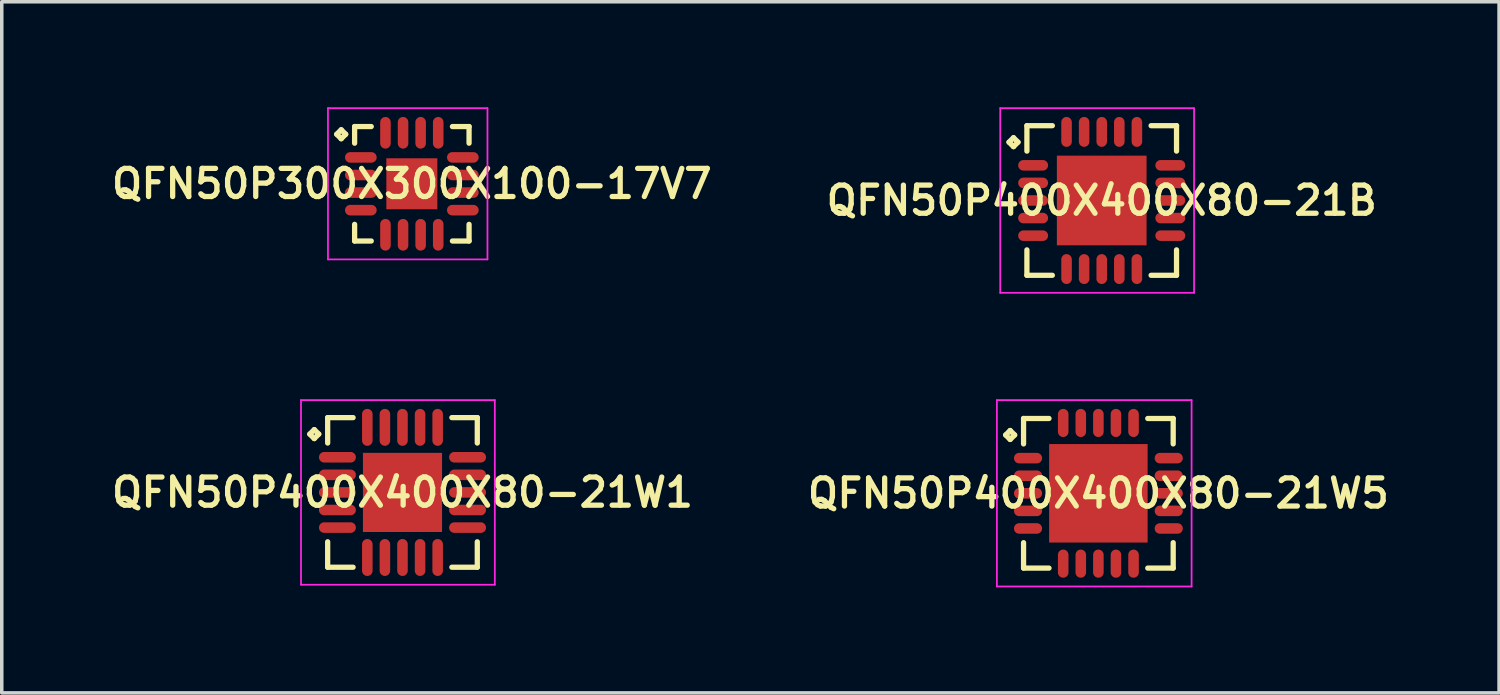
<source format=kicad_pcb>
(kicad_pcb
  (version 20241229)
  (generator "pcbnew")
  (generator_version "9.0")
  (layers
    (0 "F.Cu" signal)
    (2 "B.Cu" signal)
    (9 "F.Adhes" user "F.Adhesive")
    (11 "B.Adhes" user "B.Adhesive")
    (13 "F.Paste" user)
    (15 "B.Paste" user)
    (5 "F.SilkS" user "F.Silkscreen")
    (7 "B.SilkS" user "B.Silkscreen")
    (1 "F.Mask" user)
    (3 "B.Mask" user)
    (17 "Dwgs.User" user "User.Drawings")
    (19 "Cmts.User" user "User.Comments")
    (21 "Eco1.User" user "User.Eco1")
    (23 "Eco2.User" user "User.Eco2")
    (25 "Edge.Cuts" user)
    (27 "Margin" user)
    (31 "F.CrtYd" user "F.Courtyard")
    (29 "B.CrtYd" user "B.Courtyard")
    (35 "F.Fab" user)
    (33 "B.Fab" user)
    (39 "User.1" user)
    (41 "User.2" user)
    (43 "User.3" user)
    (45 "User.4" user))
  (footprint "QFN50P400X400X80-21W1"
    (layer "F.Cu")
    (at 8.393 10.95)
    (property "Reference" "QFN50P400X400X80-21W1" (at 0 0 0) (layer "F.SilkS") (effects (font (size 0.8 0.8) (thickness 0.15))))
    (attr smd)
    (fp_line (start -2.635 -1.658) (end -2.508 -1.785) (stroke (width 0.15) (type solid)) (layer "F.SilkS"))
    (fp_line (start -2.508 -1.785) (end -2.381 -1.658) (stroke (width 0.15) (type solid)) (layer "F.SilkS"))
    (fp_line (start -2.508 -1.531) (end -2.635 -1.658) (stroke (width 0.15) (type solid)) (layer "F.SilkS"))
    (fp_line (start -2.381 -1.658) (end -2.508 -1.531) (stroke (width 0.15) (type solid)) (layer "F.SilkS"))
    (fp_line (start -2.127 -2.127) (end -1.404 -2.127) (stroke (width 0.15) (type solid)) (layer "F.SilkS"))
    (fp_line (start -2.127 -1.404) (end -2.127 -2.127) (stroke (width 0.15) (type solid)) (layer "F.SilkS"))
    (fp_line (start -2.127 1.404) (end -2.127 2.127) (stroke (width 0.15) (type solid)) (layer "F.SilkS"))
    (fp_line (start -2.127 2.127) (end -1.404 2.127) (stroke (width 0.15) (type solid)) (layer "F.SilkS"))
    (fp_line (start 1.404 -2.127) (end 2.127 -2.127) (stroke (width 0.15) (type solid)) (layer "F.SilkS"))
    (fp_line (start 1.404 2.127) (end 2.127 2.127) (stroke (width 0.15) (type solid)) (layer "F.SilkS"))
    (fp_line (start 2.127 -2.127) (end 2.127 -1.404) (stroke (width 0.15) (type solid)) (layer "F.SilkS"))
    (fp_line (start 2.127 2.127) (end 2.127 1.404) (stroke (width 0.15) (type solid)) (layer "F.SilkS"))
    (fp_line (start -2.885 -2.625) (end 2.625 -2.625) (stroke (width 0.05) (type solid)) (layer "F.CrtYd"))
    (fp_line (start -2.885 2.625) (end -2.885 -2.625) (stroke (width 0.05) (type solid)) (layer "F.CrtYd"))
    (fp_line (start 2.625 -2.625) (end 2.625 2.625) (stroke (width 0.05) (type solid)) (layer "F.CrtYd"))
    (fp_line (start 2.625 2.625) (end -2.885 2.625) (stroke (width 0.05) (type solid)) (layer "F.CrtYd"))
    (pad "1" smd oval (at -1.85 -1) (size 1.05 0.3) (layers "F.Cu" "F.Mask" "F.Paste"))
    (pad "2" smd oval (at -1.85 -0.5) (size 1.05 0.3) (layers "F.Cu" "F.Mask" "F.Paste"))
    (pad "3" smd oval (at -1.85 0) (size 1.05 0.3) (layers "F.Cu" "F.Mask" "F.Paste"))
    (pad "4" smd oval (at -1.85 0.5) (size 1.05 0.3) (layers "F.Cu" "F.Mask" "F.Paste"))
    (pad "5" smd oval (at -1.85 1) (size 1.05 0.3) (layers "F.Cu" "F.Mask" "F.Paste"))
    (pad "6" smd oval (at -1 1.85) (size 0.3 1.05) (layers "F.Cu" "F.Mask" "F.Paste"))
    (pad "7" smd oval (at -0.5 1.85) (size 0.3 1.05) (layers "F.Cu" "F.Mask" "F.Paste"))
    (pad "8" smd oval (at 0 1.85) (size 0.3 1.05) (layers "F.Cu" "F.Mask" "F.Paste"))
    (pad "9" smd oval (at 0.5 1.85) (size 0.3 1.05) (layers "F.Cu" "F.Mask" "F.Paste"))
    (pad "10" smd oval (at 1 1.85) (size 0.3 1.05) (layers "F.Cu" "F.Mask" "F.Paste"))
    (pad "11" smd oval (at 1.85 1) (size 1.05 0.3) (layers "F.Cu" "F.Mask" "F.Paste"))
    (pad "12" smd oval (at 1.85 0.5) (size 1.05 0.3) (layers "F.Cu" "F.Mask" "F.Paste"))
    (pad "13" smd oval (at 1.85 0) (size 1.05 0.3) (layers "F.Cu" "F.Mask" "F.Paste"))
    (pad "14" smd oval (at 1.85 -0.5) (size 1.05 0.3) (layers "F.Cu" "F.Mask" "F.Paste"))
    (pad "15" smd oval (at 1.85 -1) (size 1.05 0.3) (layers "F.Cu" "F.Mask" "F.Paste"))
    (pad "16" smd oval (at 1 -1.85) (size 0.3 1.05) (layers "F.Cu" "F.Mask" "F.Paste"))
    (pad "17" smd oval (at 0.5 -1.85) (size 0.3 1.05) (layers "F.Cu" "F.Mask" "F.Paste"))
    (pad "18" smd oval (at 0 -1.85) (size 0.3 1.05) (layers "F.Cu" "F.Mask" "F.Paste"))
    (pad "19" smd oval (at -0.5 -1.85) (size 0.3 1.05) (layers "F.Cu" "F.Mask" "F.Paste"))
    (pad "20" smd oval (at -1 -1.85) (size 0.3 1.05) (layers "F.Cu" "F.Mask" "F.Paste"))
    (pad "21" smd rect (at 0 0) (size 2.25 2.25) (layers "F.Cu" "F.Mask" "F.Paste")))
  (footprint "QFN50P400X400X80-21W5"
    (layer "F.Cu")
    (at 28.178 10.975)
    (property "Reference" "QFN50P400X400X80-21W5" (at 0 0 0) (layer "F.SilkS") (effects (font (size 0.8 0.8) (thickness 0.15))))
    (attr smd)
    (fp_line (start -2.635 -1.658) (end -2.508 -1.785) (stroke (width 0.15) (type solid)) (layer "F.SilkS"))
    (fp_line (start -2.508 -1.785) (end -2.381 -1.658) (stroke (width 0.15) (type solid)) (layer "F.SilkS"))
    (fp_line (start -2.508 -1.531) (end -2.635 -1.658) (stroke (width 0.15) (type solid)) (layer "F.SilkS"))
    (fp_line (start -2.381 -1.658) (end -2.508 -1.531) (stroke (width 0.15) (type solid)) (layer "F.SilkS"))
    (fp_line (start -2.127 -2.127) (end -1.404 -2.127) (stroke (width 0.15) (type solid)) (layer "F.SilkS"))
    (fp_line (start -2.127 -1.404) (end -2.127 -2.127) (stroke (width 0.15) (type solid)) (layer "F.SilkS"))
    (fp_line (start -2.127 1.404) (end -2.127 2.127) (stroke (width 0.15) (type solid)) (layer "F.SilkS"))
    (fp_line (start -2.127 2.127) (end -1.404 2.127) (stroke (width 0.15) (type solid)) (layer "F.SilkS"))
    (fp_line (start 1.404 -2.127) (end 2.127 -2.127) (stroke (width 0.15) (type solid)) (layer "F.SilkS"))
    (fp_line (start 1.404 2.127) (end 2.127 2.127) (stroke (width 0.15) (type solid)) (layer "F.SilkS"))
    (fp_line (start 2.127 -2.127) (end 2.127 -1.404) (stroke (width 0.15) (type solid)) (layer "F.SilkS"))
    (fp_line (start 2.127 2.127) (end 2.127 1.404) (stroke (width 0.15) (type solid)) (layer "F.SilkS"))
    (fp_line (start -2.885 -2.65) (end 2.65 -2.65) (stroke (width 0.05) (type solid)) (layer "F.CrtYd"))
    (fp_line (start -2.885 2.65) (end -2.885 -2.65) (stroke (width 0.05) (type solid)) (layer "F.CrtYd"))
    (fp_line (start 2.65 -2.65) (end 2.65 2.65) (stroke (width 0.05) (type solid)) (layer "F.CrtYd"))
    (fp_line (start 2.65 2.65) (end -2.885 2.65) (stroke (width 0.05) (type solid)) (layer "F.CrtYd"))
    (pad "1" smd oval (at -2 -1) (size 0.8 0.3) (layers "F.Cu" "F.Mask" "F.Paste"))
    (pad "2" smd oval (at -2 -0.5) (size 0.8 0.3) (layers "F.Cu" "F.Mask" "F.Paste"))
    (pad "3" smd oval (at -2 0) (size 0.8 0.3) (layers "F.Cu" "F.Mask" "F.Paste"))
    (pad "4" smd oval (at -2 0.5) (size 0.8 0.3) (layers "F.Cu" "F.Mask" "F.Paste"))
    (pad "5" smd oval (at -2 1) (size 0.8 0.3) (layers "F.Cu" "F.Mask" "F.Paste"))
    (pad "6" smd oval (at -1 2) (size 0.3 0.8) (layers "F.Cu" "F.Mask" "F.Paste"))
    (pad "7" smd oval (at -0.5 2) (size 0.3 0.8) (layers "F.Cu" "F.Mask" "F.Paste"))
    (pad "8" smd oval (at 0 2) (size 0.3 0.8) (layers "F.Cu" "F.Mask" "F.Paste"))
    (pad "9" smd oval (at 0.5 2) (size 0.3 0.8) (layers "F.Cu" "F.Mask" "F.Paste"))
    (pad "10" smd oval (at 1 2) (size 0.3 0.8) (layers "F.Cu" "F.Mask" "F.Paste"))
    (pad "11" smd oval (at 2 1) (size 0.8 0.3) (layers "F.Cu" "F.Mask" "F.Paste"))
    (pad "12" smd oval (at 2 0.5) (size 0.8 0.3) (layers "F.Cu" "F.Mask" "F.Paste"))
    (pad "13" smd oval (at 2 0) (size 0.8 0.3) (layers "F.Cu" "F.Mask" "F.Paste"))
    (pad "14" smd oval (at 2 -0.5) (size 0.8 0.3) (layers "F.Cu" "F.Mask" "F.Paste"))
    (pad "15" smd oval (at 2 -1) (size 0.8 0.3) (layers "F.Cu" "F.Mask" "F.Paste"))
    (pad "16" smd oval (at 1 -2) (size 0.3 0.8) (layers "F.Cu" "F.Mask" "F.Paste"))
    (pad "17" smd oval (at 0.5 -2) (size 0.3 0.8) (layers "F.Cu" "F.Mask" "F.Paste"))
    (pad "18" smd oval (at 0 -2) (size 0.3 0.8) (layers "F.Cu" "F.Mask" "F.Paste"))
    (pad "19" smd oval (at -0.5 -2) (size 0.3 0.8) (layers "F.Cu" "F.Mask" "F.Paste"))
    (pad "20" smd oval (at -1 -2) (size 0.3 0.8) (layers "F.Cu" "F.Mask" "F.Paste"))
    (pad "21" smd rect (at 0 0) (size 2.8 2.8) (layers "F.Cu" "F.Mask" "F.Paste")))
  (footprint "QFN50P300X300X100-17V7"
    (layer "F.Cu")
    (at 8.659 2.175)
    (property "Reference" "QFN50P300X300X100-17V7" (at 0 0 0) (layer "F.SilkS") (effects (font (size 0.8 0.8) (thickness 0.15))))
    (attr smd)
    (fp_line (start -2.135 -1.408) (end -2.008 -1.535) (stroke (width 0.15) (type solid)) (layer "F.SilkS"))
    (fp_line (start -2.008 -1.535) (end -1.881 -1.408) (stroke (width 0.15) (type solid)) (layer "F.SilkS"))
    (fp_line (start -2.008 -1.281) (end -2.135 -1.408) (stroke (width 0.15) (type solid)) (layer "F.SilkS"))
    (fp_line (start -1.881 -1.408) (end -2.008 -1.281) (stroke (width 0.15) (type solid)) (layer "F.SilkS"))
    (fp_line (start -1.627 -1.627) (end -1.154 -1.627) (stroke (width 0.15) (type solid)) (layer "F.SilkS"))
    (fp_line (start -1.627 -1.154) (end -1.627 -1.627) (stroke (width 0.15) (type solid)) (layer "F.SilkS"))
    (fp_line (start -1.627 1.154) (end -1.627 1.627) (stroke (width 0.15) (type solid)) (layer "F.SilkS"))
    (fp_line (start -1.627 1.627) (end -1.154 1.627) (stroke (width 0.15) (type solid)) (layer "F.SilkS"))
    (fp_line (start 1.154 -1.627) (end 1.627 -1.627) (stroke (width 0.15) (type solid)) (layer "F.SilkS"))
    (fp_line (start 1.154 1.627) (end 1.627 1.627) (stroke (width 0.15) (type solid)) (layer "F.SilkS"))
    (fp_line (start 1.627 -1.627) (end 1.627 -1.154) (stroke (width 0.15) (type solid)) (layer "F.SilkS"))
    (fp_line (start 1.627 1.627) (end 1.627 1.154) (stroke (width 0.15) (type solid)) (layer "F.SilkS"))
    (fp_line (start -2.385 -2.15) (end 2.15 -2.15) (stroke (width 0.05) (type solid)) (layer "F.CrtYd"))
    (fp_line (start -2.385 2.15) (end -2.385 -2.15) (stroke (width 0.05) (type solid)) (layer "F.CrtYd"))
    (fp_line (start 2.15 -2.15) (end 2.15 2.15) (stroke (width 0.05) (type solid)) (layer "F.CrtYd"))
    (fp_line (start 2.15 2.15) (end -2.385 2.15) (stroke (width 0.05) (type solid)) (layer "F.CrtYd"))
    (pad "1" smd oval (at -1.45 -0.75) (size 0.9 0.3) (layers "F.Cu" "F.Mask" "F.Paste"))
    (pad "2" smd oval (at -1.45 -0.25) (size 0.9 0.3) (layers "F.Cu" "F.Mask" "F.Paste"))
    (pad "3" smd oval (at -1.45 0.25) (size 0.9 0.3) (layers "F.Cu" "F.Mask" "F.Paste"))
    (pad "4" smd oval (at -1.45 0.75) (size 0.9 0.3) (layers "F.Cu" "F.Mask" "F.Paste"))
    (pad "5" smd oval (at -0.75 1.45) (size 0.3 0.9) (layers "F.Cu" "F.Mask" "F.Paste"))
    (pad "6" smd oval (at -0.25 1.45) (size 0.3 0.9) (layers "F.Cu" "F.Mask" "F.Paste"))
    (pad "7" smd oval (at 0.25 1.45) (size 0.3 0.9) (layers "F.Cu" "F.Mask" "F.Paste"))
    (pad "8" smd oval (at 0.75 1.45) (size 0.3 0.9) (layers "F.Cu" "F.Mask" "F.Paste"))
    (pad "9" smd oval (at 1.45 0.75) (size 0.9 0.3) (layers "F.Cu" "F.Mask" "F.Paste"))
    (pad "10" smd oval (at 1.45 0.25) (size 0.9 0.3) (layers "F.Cu" "F.Mask" "F.Paste"))
    (pad "11" smd oval (at 1.45 -0.25) (size 0.9 0.3) (layers "F.Cu" "F.Mask" "F.Paste"))
    (pad "12" smd oval (at 1.45 -0.75) (size 0.9 0.3) (layers "F.Cu" "F.Mask" "F.Paste"))
    (pad "13" smd oval (at 0.75 -1.45) (size 0.3 0.9) (layers "F.Cu" "F.Mask" "F.Paste"))
    (pad "14" smd oval (at 0.25 -1.45) (size 0.3 0.9) (layers "F.Cu" "F.Mask" "F.Paste"))
    (pad "15" smd oval (at -0.25 -1.45) (size 0.3 0.9) (layers "F.Cu" "F.Mask" "F.Paste"))
    (pad "16" smd oval (at -0.75 -1.45) (size 0.3 0.9) (layers "F.Cu" "F.Mask" "F.Paste"))
    (pad "17" smd rect (at 0 0) (size 1.45 1.45) (layers "F.Cu" "F.Mask" "F.Paste")))
  (footprint "QFN50P400X400X80-21B"
    (layer "F.Cu")
    (at 28.273 2.65)
    (property "Reference" "QFN50P400X400X80-21B" (at 0 0 0) (layer "F.SilkS") (effects (font (size 0.8 0.8) (thickness 0.15))))
    (attr smd)
    (fp_line (start -2.635 -1.658) (end -2.508 -1.785) (stroke (width 0.15) (type solid)) (layer "F.SilkS"))
    (fp_line (start -2.508 -1.785) (end -2.381 -1.658) (stroke (width 0.15) (type solid)) (layer "F.SilkS"))
    (fp_line (start -2.508 -1.531) (end -2.635 -1.658) (stroke (width 0.15) (type solid)) (layer "F.SilkS"))
    (fp_line (start -2.381 -1.658) (end -2.508 -1.531) (stroke (width 0.15) (type solid)) (layer "F.SilkS"))
    (fp_line (start -2.127 -2.127) (end -1.404 -2.127) (stroke (width 0.15) (type solid)) (layer "F.SilkS"))
    (fp_line (start -2.127 -1.404) (end -2.127 -2.127) (stroke (width 0.15) (type solid)) (layer "F.SilkS"))
    (fp_line (start -2.127 1.404) (end -2.127 2.127) (stroke (width 0.15) (type solid)) (layer "F.SilkS"))
    (fp_line (start -2.127 2.127) (end -1.404 2.127) (stroke (width 0.15) (type solid)) (layer "F.SilkS"))
    (fp_line (start 1.404 -2.127) (end 2.127 -2.127) (stroke (width 0.15) (type solid)) (layer "F.SilkS"))
    (fp_line (start 1.404 2.127) (end 2.127 2.127) (stroke (width 0.15) (type solid)) (layer "F.SilkS"))
    (fp_line (start 2.127 -2.127) (end 2.127 -1.404) (stroke (width 0.15) (type solid)) (layer "F.SilkS"))
    (fp_line (start 2.127 2.127) (end 2.127 1.404) (stroke (width 0.15) (type solid)) (layer "F.SilkS"))
    (fp_line (start -2.885 -2.625) (end 2.625 -2.625) (stroke (width 0.05) (type solid)) (layer "F.CrtYd"))
    (fp_line (start -2.885 2.625) (end -2.885 -2.625) (stroke (width 0.05) (type solid)) (layer "F.CrtYd"))
    (fp_line (start 2.625 -2.625) (end 2.625 2.625) (stroke (width 0.05) (type solid)) (layer "F.CrtYd"))
    (fp_line (start 2.625 2.625) (end -2.885 2.625) (stroke (width 0.05) (type solid)) (layer "F.CrtYd"))
    (pad "1" smd oval (at -1.95 -1) (size 0.85 0.3) (layers "F.Cu" "F.Mask" "F.Paste"))
    (pad "2" smd oval (at -1.95 -0.5) (size 0.85 0.3) (layers "F.Cu" "F.Mask" "F.Paste"))
    (pad "3" smd oval (at -1.95 0) (size 0.85 0.3) (layers "F.Cu" "F.Mask" "F.Paste"))
    (pad "4" smd oval (at -1.95 0.5) (size 0.85 0.3) (layers "F.Cu" "F.Mask" "F.Paste"))
    (pad "5" smd oval (at -1.95 1) (size 0.85 0.3) (layers "F.Cu" "F.Mask" "F.Paste"))
    (pad "6" smd oval (at -1 1.95) (size 0.3 0.85) (layers "F.Cu" "F.Mask" "F.Paste"))
    (pad "7" smd oval (at -0.5 1.95) (size 0.3 0.85) (layers "F.Cu" "F.Mask" "F.Paste"))
    (pad "8" smd oval (at 0 1.95) (size 0.3 0.85) (layers "F.Cu" "F.Mask" "F.Paste"))
    (pad "9" smd oval (at 0.5 1.95) (size 0.3 0.85) (layers "F.Cu" "F.Mask" "F.Paste"))
    (pad "10" smd oval (at 1 1.95) (size 0.3 0.85) (layers "F.Cu" "F.Mask" "F.Paste"))
    (pad "11" smd oval (at 1.95 1) (size 0.85 0.3) (layers "F.Cu" "F.Mask" "F.Paste"))
    (pad "12" smd oval (at 1.95 0.5) (size 0.85 0.3) (layers "F.Cu" "F.Mask" "F.Paste"))
    (pad "13" smd oval (at 1.95 0) (size 0.85 0.3) (layers "F.Cu" "F.Mask" "F.Paste"))
    (pad "14" smd oval (at 1.95 -0.5) (size 0.85 0.3) (layers "F.Cu" "F.Mask" "F.Paste"))
    (pad "15" smd oval (at 1.95 -1) (size 0.85 0.3) (layers "F.Cu" "F.Mask" "F.Paste"))
    (pad "16" smd oval (at 1 -1.95) (size 0.3 0.85) (layers "F.Cu" "F.Mask" "F.Paste"))
    (pad "17" smd oval (at 0.5 -1.95) (size 0.3 0.85) (layers "F.Cu" "F.Mask" "F.Paste"))
    (pad "18" smd oval (at 0 -1.95) (size 0.3 0.85) (layers "F.Cu" "F.Mask" "F.Paste"))
    (pad "19" smd oval (at -0.5 -1.95) (size 0.3 0.85) (layers "F.Cu" "F.Mask" "F.Paste"))
    (pad "20" smd oval (at -1 -1.95) (size 0.3 0.85) (layers "F.Cu" "F.Mask" "F.Paste"))
    (pad "21" smd rect (at 0 0) (size 2.55 2.55) (layers "F.Cu" "F.Mask" "F.Paste")))
  (gr_rect
    (start -3 -3)
    (end 39.57 16.65)
    (stroke (width 0.1) (type default))
    (fill no)
    (layer "Edge.Cuts")))
</source>
